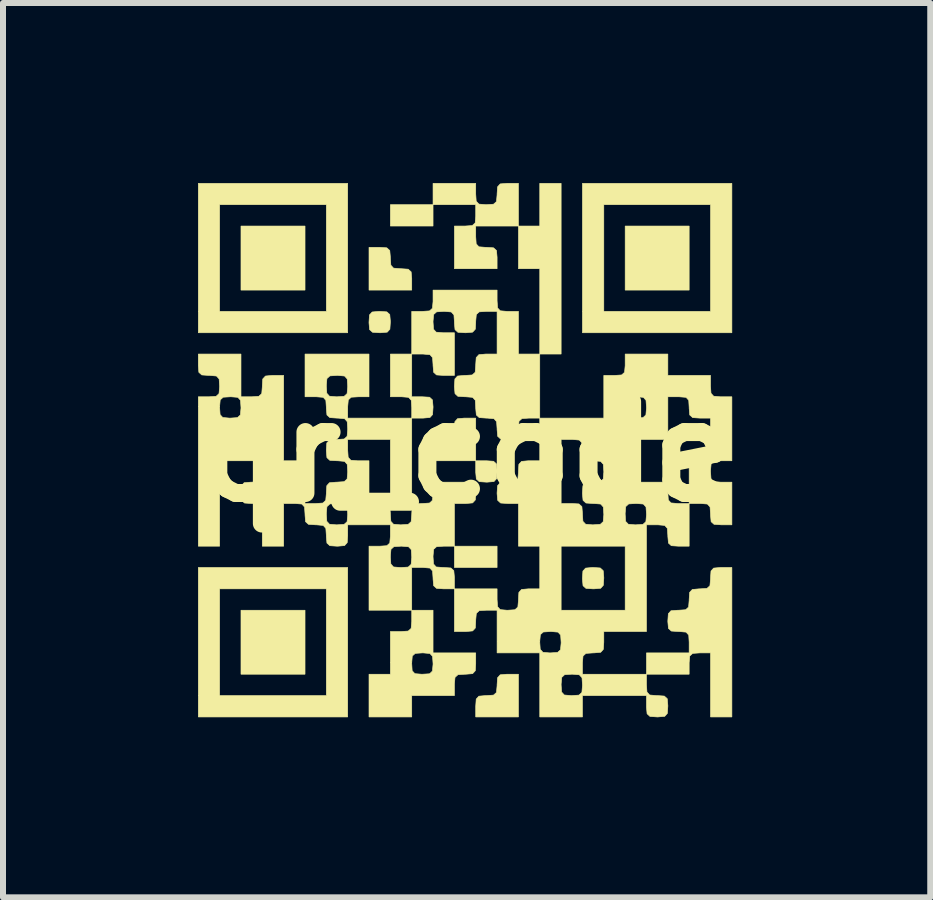
<source format=kicad_pcb>
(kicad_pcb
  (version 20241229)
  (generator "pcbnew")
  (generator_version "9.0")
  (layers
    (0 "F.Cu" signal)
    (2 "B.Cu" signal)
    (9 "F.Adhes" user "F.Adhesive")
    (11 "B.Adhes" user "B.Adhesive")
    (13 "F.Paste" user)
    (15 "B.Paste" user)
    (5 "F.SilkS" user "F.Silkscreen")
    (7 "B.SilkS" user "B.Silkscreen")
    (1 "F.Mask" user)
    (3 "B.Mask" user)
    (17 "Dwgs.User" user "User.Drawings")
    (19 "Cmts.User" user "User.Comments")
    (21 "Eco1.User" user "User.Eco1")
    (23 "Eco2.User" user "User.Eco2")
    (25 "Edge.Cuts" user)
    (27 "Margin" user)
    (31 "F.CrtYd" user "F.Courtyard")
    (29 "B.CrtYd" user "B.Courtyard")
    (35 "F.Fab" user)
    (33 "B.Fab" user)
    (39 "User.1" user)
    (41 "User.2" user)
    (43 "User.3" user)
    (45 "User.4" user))
  (footprint "qr_code"
    (layer "F.Cu")
    (at 4.724 4.475)
    (property "Reference" "qr_code" (at 0 0 0) (layer "F.SilkS") (effects (font (size 1.524 1.524) (thickness 0.3))))
    (attr through_hole)
    (fp_poly (pts (xy -2.692 -2.692) (xy -3.759 -2.692) (xy -3.759 -3.759) (xy -2.692 -3.759) (xy -2.692 -2.692)) (stroke (width 0.01) (type solid)) (fill yes) (layer "F.SilkS"))
    (fp_poly (pts (xy -2.692 3.708) (xy -3.759 3.708) (xy -3.759 2.642) (xy -2.692 2.642) (xy -2.692 3.708)) (stroke (width 0.01) (type solid)) (fill yes) (layer "F.SilkS"))
    (fp_poly (pts (xy -0.559 -3.759) (xy -1.27 -3.759) (xy -1.27 -4.115) (xy -0.559 -4.115) (xy -0.559 -3.759)) (stroke (width 0.01) (type solid)) (fill yes) (layer "F.SilkS"))
    (fp_poly (pts (xy 0.508 1.93) (xy -0.203 1.93) (xy -0.203 1.575) (xy 0.508 1.575) (xy 0.508 1.93)) (stroke (width 0.01) (type solid)) (fill yes) (layer "F.SilkS"))
    (fp_poly (pts (xy 3.708 -2.692) (xy 2.642 -2.692) (xy 2.642 -3.759) (xy 3.708 -3.759) (xy 3.708 -2.692)) (stroke (width 0.01) (type solid)) (fill yes) (layer "F.SilkS"))
    (fp_poly (pts (xy 1.219 -3.048) (xy 0.864 -3.048) (xy 0.864 -3.759) (xy 1.219 -3.759) (xy 1.219 -4.47) (xy 1.575 -4.47) (xy 1.575 -1.626) (xy 1.219 -1.626) (xy 1.219 -3.048)) (stroke (width 0.01) (type solid)) (fill yes) (layer "F.SilkS"))
    (fp_poly (pts (xy -1.981 -1.981) (xy -4.47 -1.981) (xy -4.47 -4.115) (xy -4.115 -4.115) (xy -4.115 -2.337) (xy -2.337 -2.337) (xy -2.337 -4.115) (xy -4.115 -4.115) (xy -4.47 -4.115) (xy -4.47 -4.47) (xy -1.981 -4.47) (xy -1.981 -1.981)) (stroke (width 0.01) (type solid)) (fill yes) (layer "F.SilkS"))
    (fp_poly (pts (xy -1.981 4.42) (xy -4.47 4.42) (xy -4.47 2.286) (xy -4.115 2.286) (xy -4.115 4.064) (xy -2.337 4.064) (xy -2.337 2.286) (xy -4.115 2.286) (xy -4.47 2.286) (xy -4.47 1.93) (xy -1.981 1.93) (xy -1.981 4.42)) (stroke (width 0.01) (type solid)) (fill yes) (layer "F.SilkS"))
    (fp_poly (pts (xy 4.42 -1.981) (xy 1.93 -1.981) (xy 1.93 -4.115) (xy 2.286 -4.115) (xy 2.286 -2.337) (xy 4.064 -2.337) (xy 4.064 -4.115) (xy 2.286 -4.115) (xy 1.93 -4.115) (xy 1.93 -4.47) (xy 4.42 -4.47) (xy 4.42 -1.981)) (stroke (width 0.01) (type solid)) (fill yes) (layer "F.SilkS"))
    (fp_poly (pts (xy 0.33 0.152) (xy 0.449 0.16) (xy 0.498 0.205) (xy 0.508 0.317) (xy 0.508 0.33) (xy 0.5 0.449) (xy 0.456 0.498) (xy 0.344 0.508) (xy 0.33 0.508) (xy 0.211 0.5) (xy 0.162 0.456) (xy 0.152 0.344) (xy 0.152 0.33) (xy 0.152 0.152) (xy 0.33 0.152)) (stroke (width 0.01) (type solid)) (fill yes) (layer "F.SilkS"))
    (fp_poly (pts (xy -1.329 -3.396) (xy -1.28 -3.351) (xy -1.27 -3.239) (xy -1.27 -3.226) (xy -1.262 -3.107) (xy -1.218 -3.058) (xy -1.106 -3.048) (xy -1.092 -3.048) (xy -0.973 -3.04) (xy -0.924 -2.996) (xy -0.914 -2.884) (xy -0.914 -2.87) (xy -0.914 -2.692) (xy -1.626 -2.692) (xy -1.626 -3.404) (xy -1.448 -3.404) (xy -1.329 -3.396)) (stroke (width 0.01) (type solid)) (fill yes) (layer "F.SilkS"))
    (fp_poly (pts (xy -1.329 -2.329) (xy -1.28 -2.285) (xy -1.27 -2.173) (xy -1.27 -2.159) (xy -1.278 -2.04) (xy -1.322 -1.991) (xy -1.434 -1.981) (xy -1.448 -1.981) (xy -1.567 -1.989) (xy -1.616 -2.033) (xy -1.626 -2.145) (xy -1.626 -2.159) (xy -1.618 -2.278) (xy -1.573 -2.327) (xy -1.461 -2.337) (xy -1.448 -2.337) (xy -1.329 -2.329)) (stroke (width 0.01) (type solid)) (fill yes) (layer "F.SilkS"))
    (fp_poly (pts (xy -0.559 0.152) (xy -0.559 -0.025) (xy -0.551 -0.145) (xy -0.507 -0.193) (xy -0.395 -0.203) (xy -0.381 -0.203) (xy -0.262 -0.211) (xy -0.213 -0.255) (xy -0.203 -0.367) (xy -0.203 -0.381) (xy -0.195 -0.5) (xy -0.151 -0.549) (xy -0.039 -0.559) (xy -0.025 -0.559) (xy 0.152 -0.559) (xy 0.152 0.152) (xy -0.559 0.152)) (stroke (width 0.01) (type solid)) (fill yes) (layer "F.SilkS"))
    (fp_poly (pts (xy 0.864 4.42) (xy 0.152 4.42) (xy 0.152 4.242) (xy 0.16 4.123) (xy 0.205 4.074) (xy 0.317 4.064) (xy 0.33 4.064) (xy 0.449 4.056) (xy 0.498 4.012) (xy 0.508 3.9) (xy 0.508 3.886) (xy 0.516 3.767) (xy 0.56 3.718) (xy 0.672 3.708) (xy 0.686 3.708) (xy 0.864 3.708) (xy 0.864 4.42)) (stroke (width 0.01) (type solid)) (fill yes) (layer "F.SilkS"))
    (fp_poly (pts (xy 2.227 1.938) (xy 2.276 1.983) (xy 2.286 2.095) (xy 2.286 2.108) (xy 2.278 2.227) (xy 2.234 2.276) (xy 2.122 2.286) (xy 2.108 2.286) (xy 1.989 2.278) (xy 1.94 2.234) (xy 1.93 2.122) (xy 1.93 2.108) (xy 1.938 1.989) (xy 1.983 1.94) (xy 2.095 1.93) (xy 2.108 1.93) (xy 2.227 1.938)) (stroke (width 0.01) (type solid)) (fill yes) (layer "F.SilkS"))
    (fp_poly (pts (xy 0.152 -3.759) (xy 0.152 -3.581) (xy 0.16 -3.462) (xy 0.205 -3.413) (xy 0.317 -3.404) (xy 0.33 -3.404) (xy 0.449 -3.396) (xy 0.498 -3.351) (xy 0.508 -3.239) (xy 0.508 -3.226) (xy 0.508 -3.048) (xy -0.203 -3.048) (xy -0.203 -3.759) (xy -0.025 -3.759) (xy 0.094 -3.767) (xy 0.143 -3.811) (xy 0.152 -3.923) (xy 0.152 -3.937) (xy 0.152 -4.115) (xy -0.559 -4.115) (xy -0.559 -4.47) (xy 0.152 -4.47) (xy 0.152 -4.293) (xy 0.16 -4.173) (xy 0.205 -4.125) (xy 0.317 -4.115) (xy 0.33 -4.115) (xy 0.449 -4.123) (xy 0.498 -4.167) (xy 0.508 -4.279) (xy 0.508 -4.293) (xy 0.516 -4.412) (xy 0.56 -4.461) (xy 0.672 -4.47) (xy 0.686 -4.47) (xy 0.864 -4.47) (xy 0.864 -3.759) (xy 0.152 -3.759)) (stroke (width 0.01) (type solid)) (fill yes) (layer "F.SilkS"))
    (fp_poly (pts (xy 2.997 3.353) (xy 3.708 3.353) (xy 3.708 3.175) (xy 3.701 3.056) (xy 3.656 3.007) (xy 3.544 2.997) (xy 3.531 2.997) (xy 3.411 2.989) (xy 3.363 2.945) (xy 3.353 2.833) (xy 3.353 2.819) (xy 3.361 2.7) (xy 3.405 2.651) (xy 3.517 2.642) (xy 3.531 2.642) (xy 3.65 2.634) (xy 3.699 2.589) (xy 3.708 2.477) (xy 3.708 2.464) (xy 3.716 2.345) (xy 3.761 2.296) (xy 3.873 2.286) (xy 3.886 2.286) (xy 4.005 2.278) (xy 4.054 2.234) (xy 4.064 2.122) (xy 4.064 2.108) (xy 4.072 1.989) (xy 4.116 1.94) (xy 4.228 1.93) (xy 4.242 1.93) (xy 4.42 1.93) (xy 4.42 4.42) (xy 4.064 4.42) (xy 4.064 3.353) (xy 3.886 3.353) (xy 3.767 3.361) (xy 3.718 3.405) (xy 3.708 3.517) (xy 3.708 3.531) (xy 3.708 3.708) (xy 2.997 3.708) (xy 2.997 3.353)) (stroke (width 0.01) (type solid)) (fill yes) (layer "F.SilkS"))
    (fp_poly (pts (xy -0.559 2.642) (xy -0.559 3.353) (xy 0.152 3.353) (xy 0.152 3.531) (xy 0.145 3.65) (xy 0.1 3.699) (xy -0.012 3.708) (xy -0.025 3.708) (xy -0.145 3.716) (xy -0.193 3.761) (xy -0.203 3.873) (xy -0.203 3.886) (xy -0.203 4.064) (xy -0.914 4.064) (xy -0.914 4.42) (xy -1.626 4.42) (xy -1.626 3.708) (xy -1.27 3.708) (xy -1.27 3.531) (xy -0.914 3.531) (xy -0.907 3.65) (xy -0.862 3.699) (xy -0.75 3.708) (xy -0.737 3.708) (xy -0.617 3.701) (xy -0.569 3.656) (xy -0.559 3.544) (xy -0.559 3.531) (xy -0.567 3.411) (xy -0.611 3.363) (xy -0.723 3.353) (xy -0.737 3.353) (xy -0.856 3.361) (xy -0.905 3.405) (xy -0.914 3.517) (xy -0.914 3.531) (xy -1.27 3.531) (xy -1.27 2.997) (xy -1.092 2.997) (xy -0.973 2.989) (xy -0.924 2.945) (xy -0.914 2.833) (xy -0.914 2.819) (xy -0.914 2.642) (xy -0.559 2.642)) (stroke (width 0.01) (type solid)) (fill yes) (layer "F.SilkS"))
    (fp_poly (pts (xy 2.997 3.886) (xy 3.005 4.005) (xy 3.049 4.054) (xy 3.161 4.064) (xy 3.175 4.064) (xy 3.294 4.072) (xy 3.343 4.116) (xy 3.353 4.228) (xy 3.353 4.242) (xy 3.345 4.361) (xy 3.301 4.41) (xy 3.189 4.42) (xy 3.175 4.42) (xy 3.056 4.412) (xy 3.007 4.367) (xy 2.997 4.255) (xy 2.997 4.242) (xy 2.997 4.064) (xy 1.93 4.064) (xy 1.93 4.42) (xy 1.219 4.42) (xy 1.219 3.886) (xy 1.575 3.886) (xy 1.583 4.005) (xy 1.627 4.054) (xy 1.739 4.064) (xy 1.753 4.064) (xy 1.872 4.056) (xy 1.921 4.012) (xy 1.93 3.9) (xy 1.93 3.886) (xy 1.923 3.767) (xy 1.878 3.718) (xy 1.766 3.708) (xy 1.753 3.708) (xy 1.633 3.716) (xy 1.585 3.761) (xy 1.575 3.873) (xy 1.575 3.886) (xy 1.219 3.886) (xy 1.219 3.353) (xy 0.508 3.353) (xy 0.508 3.175) (xy 1.219 3.175) (xy 1.227 3.294) (xy 1.271 3.343) (xy 1.383 3.353) (xy 1.397 3.353) (xy 1.516 3.345) (xy 1.565 3.301) (xy 1.575 3.189) (xy 1.575 3.175) (xy 1.567 3.056) (xy 1.523 3.007) (xy 1.411 2.997) (xy 1.397 2.997) (xy 1.278 3.005) (xy 1.229 3.049) (xy 1.219 3.161) (xy 1.219 3.175) (xy 0.508 3.175) (xy 0.508 2.642) (xy 0.33 2.642) (xy 0.211 2.649) (xy 0.162 2.694) (xy 0.152 2.806) (xy 0.152 2.819) (xy 0.145 2.939) (xy 0.1 2.987) (xy -0.012 2.997) (xy -0.025 2.997) (xy -0.203 2.997) (xy -0.203 2.286) (xy -0.381 2.286) (xy -0.5 2.278) (xy -0.549 2.234) (xy -0.559 2.122) (xy -0.559 2.108) (xy -0.567 1.989) (xy -0.611 1.94) (xy -0.723 1.93) (xy -0.737 1.93) (xy -0.914 1.93) (xy -0.914 2.642) (xy -1.626 2.642) (xy -1.626 1.753) (xy -1.27 1.753) (xy -1.262 1.872) (xy -1.218 1.921) (xy -1.106 1.93) (xy -1.092 1.93) (xy -0.973 1.923) (xy -0.924 1.878) (xy -0.914 1.766) (xy -0.914 1.753) (xy -0.922 1.633) (xy -0.967 1.585) (xy -1.079 1.575) (xy -1.092 1.575) (xy -1.211 1.583) (xy -1.26 1.627) (xy -1.27 1.739) (xy -1.27 1.753) (xy -1.626 1.753) (xy -1.626 1.575) (xy -1.448 1.575) (xy -1.329 1.567) (xy -1.28 1.523) (xy -1.27 1.411) (xy -1.27 1.397) (xy -1.27 1.219) (xy -1.981 1.219) (xy -1.981 1.397) (xy -1.989 1.516) (xy -2.033 1.565) (xy -2.145 1.575) (xy -2.159 1.575) (xy -2.278 1.567) (xy -2.327 1.523) (xy -2.337 1.411) (xy -2.337 1.397) (xy -2.345 1.278) (xy -2.389 1.229) (xy -2.501 1.219) (xy -2.515 1.219) (xy -2.634 1.211) (xy -2.683 1.167) (xy -2.692 1.055) (xy -2.692 1.041) (xy -2.337 1.041) (xy -2.329 1.161) (xy -2.285 1.209) (xy -2.173 1.219) (xy -2.159 1.219) (xy -2.04 1.211) (xy -1.991 1.167) (xy -1.981 1.055) (xy -1.981 1.041) (xy -1.989 0.922) (xy -2.033 0.873) (xy -2.145 0.864) (xy -2.159 0.864) (xy -2.278 0.871) (xy -2.327 0.916) (xy -2.337 1.028) (xy -2.337 1.041) (xy -2.692 1.041) (xy -2.7 0.922) (xy -2.745 0.873) (xy -2.857 0.864) (xy -2.87 0.864) (xy -3.048 0.864) (xy -3.048 1.575) (xy -3.404 1.575) (xy -3.404 0.864) (xy -3.581 0.864) (xy -3.701 0.856) (xy -3.749 0.811) (xy -3.759 0.699) (xy -3.759 0.686) (xy -3.751 0.567) (xy -3.707 0.518) (xy -3.595 0.508) (xy -3.581 0.508) (xy -3.462 0.5) (xy -3.413 0.456) (xy -3.404 0.344) (xy -3.404 0.33) (xy -3.404 0.152) (xy -4.115 0.152) (xy -4.115 1.575) (xy -4.47 1.575) (xy -4.47 -0.737) (xy -4.115 -0.737) (xy -4.107 -0.617) (xy -4.063 -0.569) (xy -3.951 -0.559) (xy -3.937 -0.559) (xy -3.818 -0.567) (xy -3.769 -0.611) (xy -3.759 -0.723) (xy -3.759 -0.737) (xy -3.767 -0.856) (xy -3.811 -0.905) (xy -3.923 -0.914) (xy -3.937 -0.914) (xy -4.056 -0.907) (xy -4.105 -0.862) (xy -4.115 -0.75) (xy -4.115 -0.737) (xy -4.47 -0.737) (xy -4.47 -0.914) (xy -4.293 -0.914) (xy -4.173 -0.922) (xy -4.125 -0.967) (xy -4.115 -1.079) (xy -4.115 -1.092) (xy -4.123 -1.211) (xy -4.167 -1.26) (xy -4.279 -1.27) (xy -4.293 -1.27) (xy -4.412 -1.278) (xy -4.461 -1.322) (xy -4.47 -1.434) (xy -4.47 -1.448) (xy -4.47 -1.626) (xy -3.759 -1.626) (xy -3.759 -0.914) (xy -3.581 -0.914) (xy -3.462 -0.922) (xy -3.413 -0.967) (xy -3.404 -1.079) (xy -3.404 -1.092) (xy -3.396 -1.211) (xy -3.351 -1.26) (xy -3.239 -1.27) (xy -3.226 -1.27) (xy -3.048 -1.27) (xy -3.048 0.152) (xy -2.692 0.152) (xy -2.692 0.864) (xy -2.515 0.864) (xy -2.395 0.856) (xy -2.347 0.811) (xy -2.337 0.699) (xy -2.337 0.686) (xy -2.329 0.567) (xy -2.285 0.518) (xy -2.173 0.508) (xy -2.159 0.508) (xy -2.04 0.5) (xy -1.991 0.456) (xy -1.981 0.344) (xy -1.981 0.33) (xy -1.989 0.211) (xy -2.033 0.162) (xy -2.145 0.152) (xy -2.159 0.152) (xy -2.278 0.145) (xy -2.327 0.1) (xy -2.337 -0.012) (xy -2.337 -0.025) (xy -2.329 -0.145) (xy -2.285 -0.193) (xy -2.173 -0.203) (xy -2.159 -0.203) (xy -1.981 -0.203) (xy -1.981 -0.025) (xy -1.973 0.094) (xy -1.929 0.143) (xy -1.817 0.152) (xy -1.803 0.152) (xy -1.626 0.152) (xy -1.626 0.864) (xy -1.448 0.864) (xy -1.329 0.871) (xy -1.28 0.916) (xy -1.27 1.028) (xy -1.27 1.041) (xy -1.262 1.161) (xy -1.218 1.209) (xy -1.106 1.219) (xy -1.092 1.219) (xy -0.973 1.211) (xy -0.924 1.167) (xy -0.914 1.055) (xy -0.914 1.041) (xy -0.907 0.922) (xy -0.862 0.873) (xy -0.75 0.864) (xy -0.737 0.864) (xy -0.617 0.856) (xy -0.569 0.811) (xy -0.559 0.699) (xy -0.559 0.686) (xy -0.559 0.508) (xy 0.152 0.508) (xy 0.152 0.686) (xy 0.145 0.805) (xy 0.1 0.854) (xy -0.012 0.864) (xy -0.025 0.864) (xy -0.203 0.864) (xy -0.203 1.575) (xy -0.381 1.575) (xy -0.5 1.583) (xy -0.549 1.627) (xy -0.559 1.739) (xy -0.559 1.753) (xy -0.551 1.872) (xy -0.507 1.921) (xy -0.395 1.93) (xy -0.381 1.93) (xy -0.262 1.938) (xy -0.213 1.983) (xy -0.203 2.095) (xy -0.203 2.108) (xy -0.203 2.286) (xy 0.508 2.286) (xy 0.508 2.464) (xy 0.516 2.583) (xy 0.56 2.632) (xy 0.672 2.642) (xy 0.686 2.642) (xy 0.805 2.634) (xy 0.854 2.589) (xy 0.864 2.477) (xy 0.864 2.464) (xy 0.871 2.345) (xy 0.916 2.296) (xy 1.028 2.286) (xy 1.041 2.286) (xy 1.219 2.286) (xy 1.219 1.575) (xy 1.575 1.575) (xy 1.575 2.642) (xy 2.642 2.642) (xy 2.642 1.575) (xy 1.575 1.575) (xy 1.219 1.575) (xy 0.864 1.575) (xy 0.864 0.864) (xy 0.686 0.864) (xy 0.567 0.856) (xy 0.518 0.811) (xy 0.508 0.699) (xy 0.508 0.686) (xy 0.516 0.567) (xy 0.56 0.518) (xy 0.672 0.508) (xy 0.686 0.508) (xy 0.805 0.5) (xy 0.854 0.456) (xy 0.864 0.344) (xy 0.864 0.33) (xy 0.871 0.211) (xy 0.916 0.162) (xy 1.028 0.152) (xy 1.041 0.152) (xy 1.219 0.152) (xy 1.219 -0.203) (xy 1.575 -0.203) (xy 1.575 0.864) (xy 1.753 0.864) (xy 1.872 0.871) (xy 1.921 0.916) (xy 1.93 1.028) (xy 1.93 1.041) (xy 1.938 1.161) (xy 1.983 1.209) (xy 2.095 1.219) (xy 2.108 1.219) (xy 2.227 1.211) (xy 2.276 1.167) (xy 2.286 1.055) (xy 2.286 1.041) (xy 2.642 1.041) (xy 2.649 1.161) (xy 2.694 1.209) (xy 2.806 1.219) (xy 2.819 1.219) (xy 2.939 1.211) (xy 2.987 1.167) (xy 2.997 1.055) (xy 2.997 1.041) (xy 2.989 0.922) (xy 2.945 0.873) (xy 2.833 0.864) (xy 2.819 0.864) (xy 2.7 0.871) (xy 2.651 0.916) (xy 2.642 1.028) (xy 2.642 1.041) (xy 2.286 1.041) (xy 2.278 0.922) (xy 2.234 0.873) (xy 2.122 0.864) (xy 2.108 0.864) (xy 1.989 0.856) (xy 1.94 0.811) (xy 1.93 0.699) (xy 1.93 0.686) (xy 1.938 0.567) (xy 1.983 0.518) (xy 2.095 0.508) (xy 2.108 0.508) (xy 2.227 0.5) (xy 2.276 0.456) (xy 2.286 0.344) (xy 2.286 0.33) (xy 2.278 0.211) (xy 2.234 0.162) (xy 2.122 0.152) (xy 2.108 0.152) (xy 1.989 0.145) (xy 1.94 0.1) (xy 1.93 -0.012) (xy 1.93 -0.025) (xy 1.923 -0.145) (xy 1.878 -0.193) (xy 1.766 -0.203) (xy 1.753 -0.203) (xy 2.642 -0.203) (xy 2.642 0.508) (xy 3.353 0.508) (xy 3.353 0.686) (xy 3.361 0.805) (xy 3.405 0.854) (xy 3.517 0.864) (xy 3.531 0.864) (xy 3.708 0.864) (xy 3.708 0.152) (xy 4.064 0.152) (xy 4.064 -0.559) (xy 3.886 -0.559) (xy 3.767 -0.567) (xy 3.718 -0.611) (xy 3.708 -0.723) (xy 3.708 -0.737) (xy 3.701 -0.856) (xy 3.656 -0.905) (xy 3.544 -0.914) (xy 3.531 -0.914) (xy 3.353 -0.914) (xy 3.353 -0.203) (xy 2.642 -0.203) (xy 1.753 -0.203) (xy 1.575 -0.203) (xy 1.219 -0.203) (xy 1.219 -0.559) (xy 1.041 -0.559) (xy 0.922 -0.551) (xy 0.873 -0.507) (xy 0.864 -0.395) (xy 0.864 -0.381) (xy 0.856 -0.262) (xy 0.811 -0.213) (xy 0.699 -0.203) (xy 0.686 -0.203) (xy 0.567 -0.211) (xy 0.518 -0.255) (xy 0.508 -0.367) (xy 0.508 -0.381) (xy 0.5 -0.5) (xy 0.456 -0.549) (xy 0.344 -0.559) (xy 0.33 -0.559) (xy 0.211 -0.567) (xy 0.162 -0.611) (xy 0.152 -0.723) (xy 0.152 -0.737) (xy 0.145 -0.856) (xy 0.1 -0.905) (xy -0.012 -0.914) (xy -0.025 -0.914) (xy -0.145 -0.922) (xy -0.193 -0.967) (xy -0.203 -1.079) (xy -0.203 -1.092) (xy -0.195 -1.211) (xy -0.151 -1.26) (xy -0.039 -1.27) (xy -0.025 -1.27) (xy 0.094 -1.278) (xy 0.143 -1.322) (xy 0.152 -1.434) (xy 0.152 -1.448) (xy 0.16 -1.567) (xy 0.205 -1.616) (xy 0.317 -1.626) (xy 0.33 -1.626) (xy 0.508 -1.626) (xy 0.508 -2.337) (xy 0.33 -2.337) (xy 0.211 -2.329) (xy 0.162 -2.285) (xy 0.152 -2.173) (xy 0.152 -2.159) (xy 0.145 -2.04) (xy 0.1 -1.991) (xy -0.012 -1.981) (xy -0.025 -1.981) (xy -0.145 -1.989) (xy -0.193 -2.033) (xy -0.203 -2.145) (xy -0.203 -2.159) (xy -0.211 -2.278) (xy -0.255 -2.327) (xy -0.367 -2.337) (xy -0.381 -2.337) (xy -0.5 -2.329) (xy -0.549 -2.285) (xy -0.559 -2.173) (xy -0.559 -2.159) (xy -0.551 -2.04) (xy -0.507 -1.991) (xy -0.395 -1.981) (xy -0.381 -1.981) (xy -0.203 -1.981) (xy -0.203 -1.27) (xy -0.381 -1.27) (xy -0.5 -1.278) (xy -0.549 -1.322) (xy -0.559 -1.434) (xy -0.559 -1.448) (xy -0.567 -1.567) (xy -0.611 -1.616) (xy -0.723 -1.626) (xy -0.737 -1.626) (xy -0.914 -1.626) (xy -0.914 -0.914) (xy -0.737 -0.914) (xy -0.617 -0.907) (xy -0.569 -0.862) (xy -0.559 -0.75) (xy -0.559 -0.737) (xy -0.567 -0.617) (xy -0.611 -0.569) (xy -0.723 -0.559) (xy -0.737 -0.559) (xy -0.914 -0.559) (xy -0.914 0.864) (xy -1.27 0.864) (xy -1.27 -0.203) (xy -1.981 -0.203) (xy -2.159 -0.203) (xy -2.04 -0.211) (xy -1.991 -0.255) (xy -1.981 -0.367) (xy -1.981 -0.381) (xy -1.989 -0.5) (xy -2.033 -0.549) (xy -2.145 -0.559) (xy -2.159 -0.559) (xy -2.278 -0.567) (xy -2.327 -0.611) (xy -2.337 -0.723) (xy -2.337 -0.737) (xy -2.345 -0.856) (xy -2.389 -0.905) (xy -2.501 -0.914) (xy -2.515 -0.914) (xy -2.692 -0.914) (xy -2.692 -1.092) (xy -2.337 -1.092) (xy -2.329 -0.973) (xy -2.285 -0.924) (xy -2.173 -0.914) (xy -2.159 -0.914) (xy -2.04 -0.922) (xy -1.991 -0.967) (xy -1.981 -1.079) (xy -1.981 -1.092) (xy -1.989 -1.211) (xy -2.033 -1.26) (xy -2.145 -1.27) (xy -2.159 -1.27) (xy -2.278 -1.262) (xy -2.327 -1.218) (xy -2.337 -1.106) (xy -2.337 -1.092) (xy -2.692 -1.092) (xy -2.692 -1.626) (xy -1.626 -1.626) (xy -1.626 -0.914) (xy -1.803 -0.914) (xy -1.923 -0.907) (xy -1.971 -0.862) (xy -1.981 -0.75) (xy -1.981 -0.737) (xy -1.981 -0.559) (xy -0.914 -0.559) (xy -0.914 -0.737) (xy -0.922 -0.856) (xy -0.967 -0.905) (xy -1.079 -0.914) (xy -1.092 -0.914) (xy -1.27 -0.914) (xy -1.27 -1.626) (xy -0.914 -1.626) (xy -0.914 -2.337) (xy -0.737 -2.337) (xy -0.617 -2.345) (xy -0.569 -2.389) (xy -0.559 -2.501) (xy -0.559 -2.515) (xy -0.559 -2.692) (xy 0.508 -2.692) (xy 0.508 -2.515) (xy 0.516 -2.395) (xy 0.56 -2.347) (xy 0.672 -2.337) (xy 0.686 -2.337) (xy 0.864 -2.337) (xy 0.864 -1.626) (xy 1.219 -1.626) (xy 1.219 -0.559) (xy 2.286 -0.559) (xy 2.286 -0.737) (xy 2.642 -0.737) (xy 2.649 -0.617) (xy 2.694 -0.569) (xy 2.806 -0.559) (xy 2.819 -0.559) (xy 2.939 -0.567) (xy 2.987 -0.611) (xy 2.997 -0.723) (xy 2.997 -0.737) (xy 2.989 -0.856) (xy 2.945 -0.905) (xy 2.833 -0.914) (xy 2.819 -0.914) (xy 2.7 -0.907) (xy 2.651 -0.862) (xy 2.642 -0.75) (xy 2.642 -0.737) (xy 2.286 -0.737) (xy 2.286 -1.27) (xy 2.464 -1.27) (xy 2.583 -1.278) (xy 2.632 -1.322) (xy 2.642 -1.434) (xy 2.642 -1.448) (xy 2.642 -1.626) (xy 3.353 -1.626) (xy 3.353 -1.27) (xy 4.064 -1.27) (xy 4.064 -1.092) (xy 4.072 -0.973) (xy 4.116 -0.924) (xy 4.228 -0.914) (xy 4.242 -0.914) (xy 4.42 -0.914) (xy 4.42 0.152) (xy 4.242 0.152) (xy 4.123 0.16) (xy 4.074 0.205) (xy 4.064 0.317) (xy 4.064 0.33) (xy 4.072 0.449) (xy 4.116 0.498) (xy 4.228 0.508) (xy 4.242 0.508) (xy 4.42 0.508) (xy 4.42 1.219) (xy 4.242 1.219) (xy 4.123 1.211) (xy 4.074 1.167) (xy 4.064 1.055) (xy 4.064 1.041) (xy 4.056 0.922) (xy 4.012 0.873) (xy 3.9 0.864) (xy 3.886 0.864) (xy 3.708 0.864) (xy 3.708 1.575) (xy 3.531 1.575) (xy 3.411 1.567) (xy 3.363 1.523) (xy 3.353 1.411) (xy 3.353 1.397) (xy 3.345 1.278) (xy 3.301 1.229) (xy 3.189 1.219) (xy 3.175 1.219) (xy 2.997 1.219) (xy 2.997 2.997) (xy 2.286 2.997) (xy 2.286 3.175) (xy 2.278 3.294) (xy 2.234 3.343) (xy 2.122 3.353) (xy 2.108 3.353) (xy 1.989 3.361) (xy 1.94 3.405) (xy 1.93 3.517) (xy 1.93 3.531) (xy 1.93 3.708) (xy 2.997 3.708) (xy 2.997 3.886)) (stroke (width 0.01) (type solid)) (fill yes) (layer "F.SilkS")))
  (gr_rect
    (start -3 -3)
    (end 12.449 11.9)
    (stroke (width 0.1) (type default))
    (fill no)
    (layer "Edge.Cuts")))
</source>
